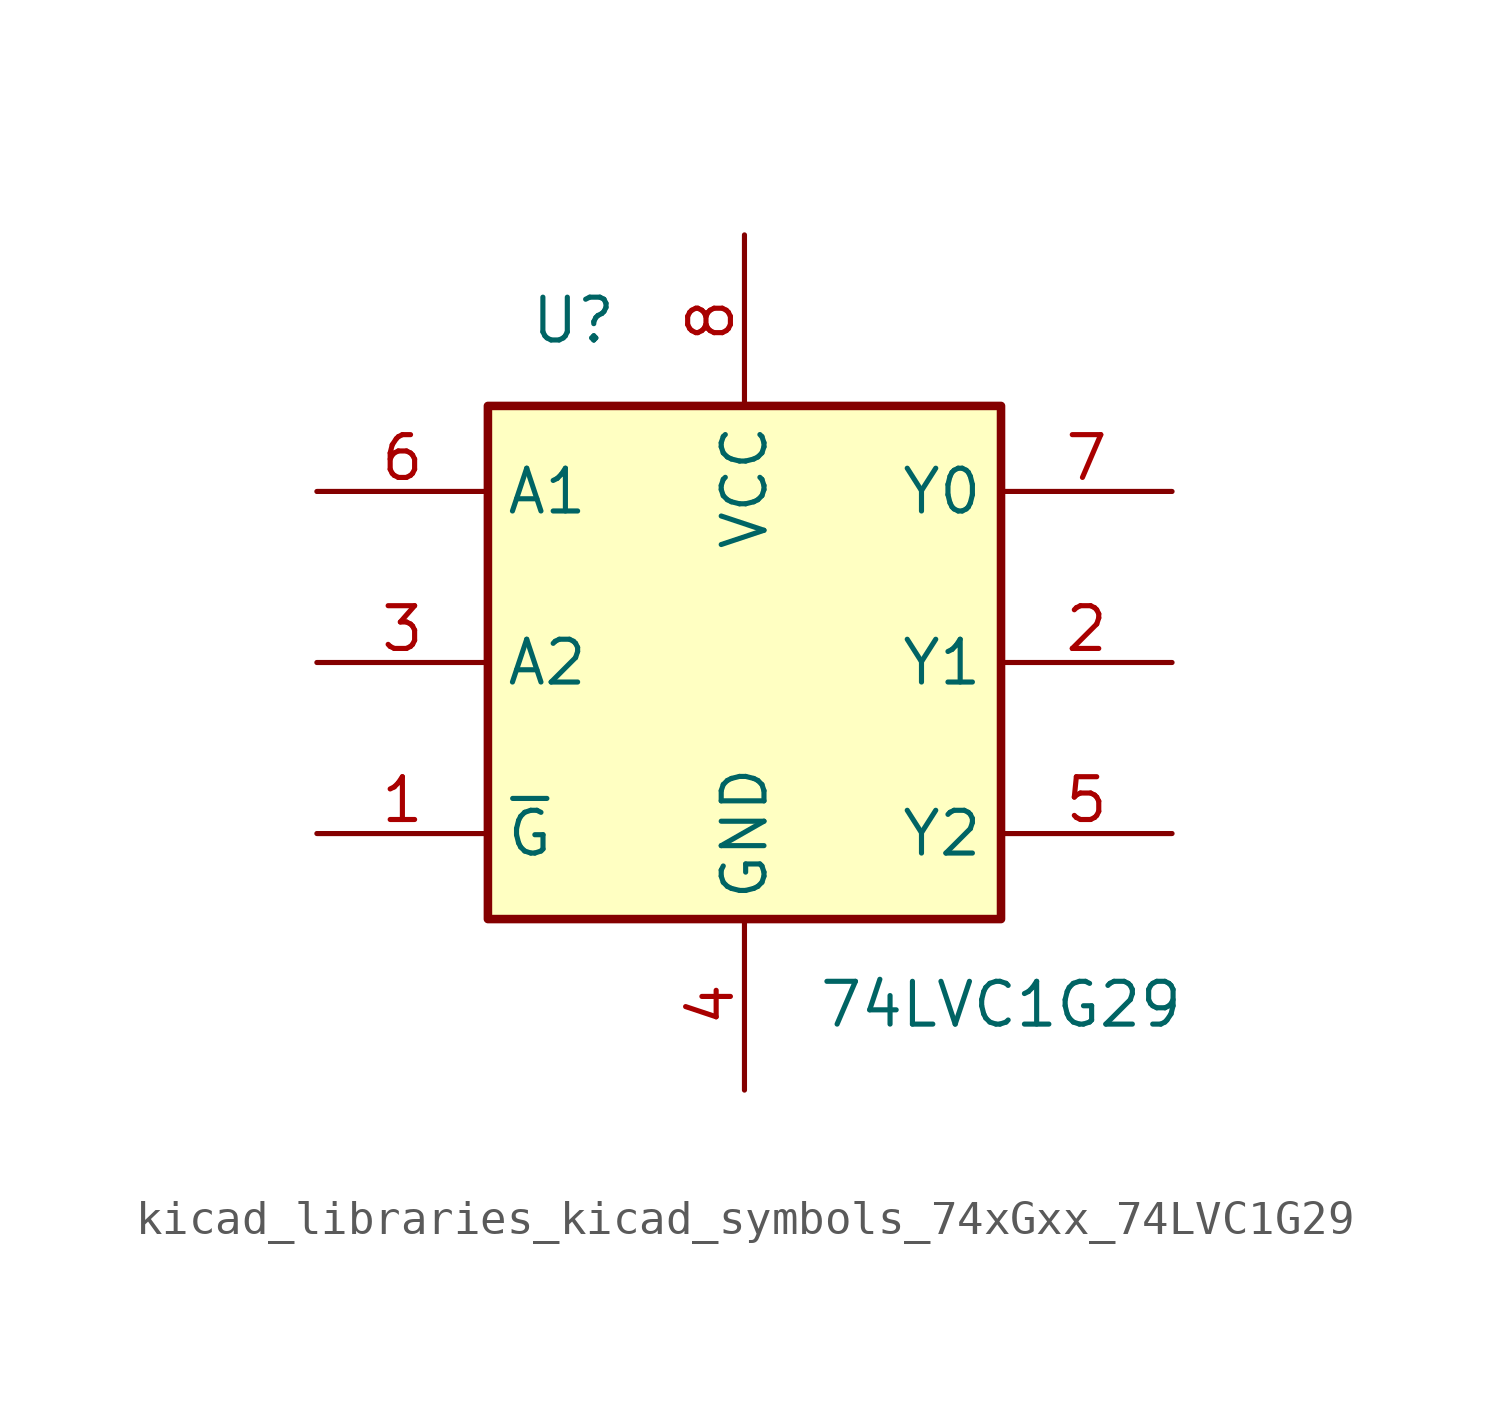
<source format=kicad_sym>
(kicad_symbol_lib
  (version 20220914)
  (generator kicad_symbol_editor)
  (symbol "kicad_libraries_kicad_symbols_74xGxx_74LVC1G29"
    (property "Reference" "U"
      (at -5.08 10.16 0)
      (effects (font (size 1.27 1.27))))
    (property "Value" "74LVC1G29"
      (at 7.62 -10.16 0)
      (effects (font (size 1.27 1.27))))
    (symbol "kicad_libraries_kicad_symbols_74xGxx_74LVC1G29_0_1"
      (rectangle (start -7.62 7.62) (end 7.62 -7.62) (stroke (width 0.254) (type default)) (fill (type background))))
    (symbol "kicad_libraries_kicad_symbols_74xGxx_74LVC1G29_1_1"
      (pin input line (at -12.7 -5.08 0) (length 5.08) (name "~{G}" (effects (font (size 1.27 1.27)))) (number "1" (effects (font (size 1.27 1.27)))))
      (pin output line (at 12.7 0 180) (length 5.08) (name "Y1" (effects (font (size 1.27 1.27)))) (number "2" (effects (font (size 1.27 1.27)))))
      (pin input line (at -12.7 0 0) (length 5.08) (name "A2" (effects (font (size 1.27 1.27)))) (number "3" (effects (font (size 1.27 1.27)))))
      (pin power_in line (at 0 -12.7 90) (length 5.08) (name "GND" (effects (font (size 1.27 1.27)))) (number "4" (effects (font (size 1.27 1.27)))))
      (pin output line (at 12.7 -5.08 180) (length 5.08) (name "Y2" (effects (font (size 1.27 1.27)))) (number "5" (effects (font (size 1.27 1.27)))))
      (pin input line (at -12.7 5.08 0) (length 5.08) (name "A1" (effects (font (size 1.27 1.27)))) (number "6" (effects (font (size 1.27 1.27)))))
      (pin output line (at 12.7 5.08 180) (length 5.08) (name "Y0" (effects (font (size 1.27 1.27)))) (number "7" (effects (font (size 1.27 1.27)))))
      (pin power_in line (at 0 12.7 270) (length 5.08) (name "VCC" (effects (font (size 1.27 1.27)))) (number "8" (effects (font (size 1.27 1.27))))))))
</source>
